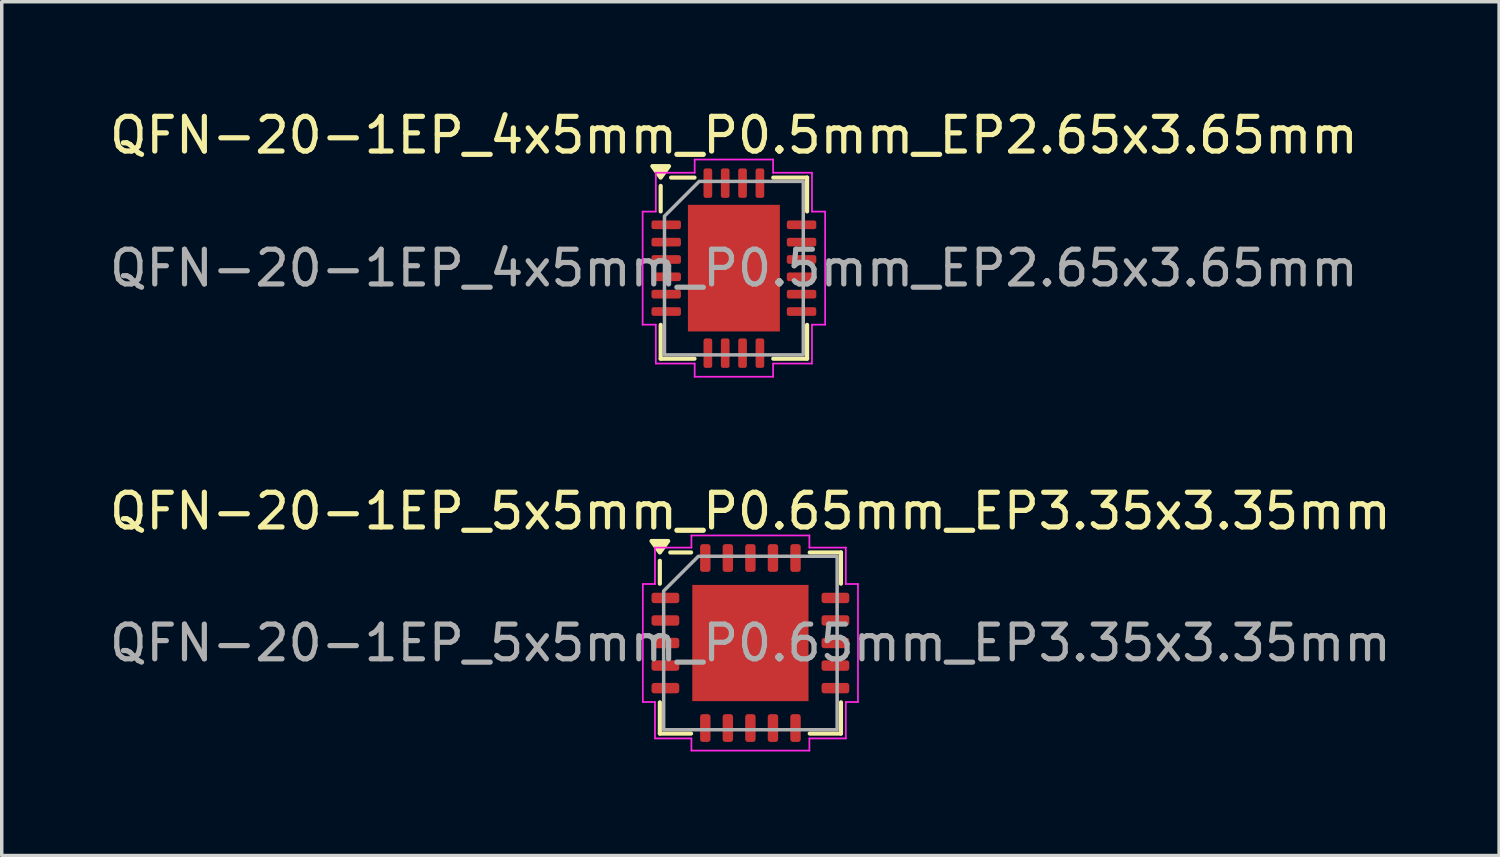
<source format=kicad_pcb>
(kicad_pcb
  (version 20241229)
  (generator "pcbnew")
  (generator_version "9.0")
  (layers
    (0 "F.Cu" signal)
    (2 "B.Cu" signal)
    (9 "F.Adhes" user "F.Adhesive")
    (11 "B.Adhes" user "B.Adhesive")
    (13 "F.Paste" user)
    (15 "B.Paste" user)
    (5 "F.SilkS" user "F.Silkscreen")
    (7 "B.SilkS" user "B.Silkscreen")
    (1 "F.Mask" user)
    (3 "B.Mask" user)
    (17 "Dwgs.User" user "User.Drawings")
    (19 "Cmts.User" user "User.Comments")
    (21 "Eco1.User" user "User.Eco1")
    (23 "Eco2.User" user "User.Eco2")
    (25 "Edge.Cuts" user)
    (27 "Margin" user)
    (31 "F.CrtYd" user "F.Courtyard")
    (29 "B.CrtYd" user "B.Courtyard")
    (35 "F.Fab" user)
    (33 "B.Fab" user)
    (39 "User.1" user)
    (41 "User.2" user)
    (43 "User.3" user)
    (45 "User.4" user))
  (footprint "QFN-20-1EP_4x5mm_P0.5mm_EP2.65x3.65mm"
    (layer "F.Cu")
    (at 18.101 4.678)
    (property "Reference" "QFN-20-1EP_4x5mm_P0.5mm_EP2.65x3.65mm" (at 0 -3.83 0) (layer "F.SilkS") (effects (font (size 1 1) (thickness 0.15))))
    (attr smd)
    (fp_line (start -2.11 -1.635) (end -2.11 -2.37) (stroke (width 0.12) (type solid)) (layer "F.SilkS"))
    (fp_line (start -2.11 2.61) (end -2.11 1.635) (stroke (width 0.12) (type solid)) (layer "F.SilkS"))
    (fp_line (start -1.135 -2.61) (end -1.81 -2.61) (stroke (width 0.12) (type solid)) (layer "F.SilkS"))
    (fp_line (start -1.135 2.61) (end -2.11 2.61) (stroke (width 0.12) (type solid)) (layer "F.SilkS"))
    (fp_line (start 1.135 -2.61) (end 2.11 -2.61) (stroke (width 0.12) (type solid)) (layer "F.SilkS"))
    (fp_line (start 1.135 2.61) (end 2.11 2.61) (stroke (width 0.12) (type solid)) (layer "F.SilkS"))
    (fp_line (start 2.11 -2.61) (end 2.11 -1.635) (stroke (width 0.12) (type solid)) (layer "F.SilkS"))
    (fp_line (start 2.11 2.61) (end 2.11 1.635) (stroke (width 0.12) (type solid)) (layer "F.SilkS"))
    (fp_poly (pts (xy -2.11 -2.61) (xy -2.35 -2.94) (xy -1.87 -2.94)) (stroke (width 0.12) (type solid)) (fill yes) (layer "F.SilkS"))
    (fp_line (start -2.63 -1.63) (end -2.25 -1.63) (stroke (width 0.05) (type solid)) (layer "F.CrtYd"))
    (fp_line (start -2.63 1.63) (end -2.63 -1.63) (stroke (width 0.05) (type solid)) (layer "F.CrtYd"))
    (fp_line (start -2.25 -2.75) (end -1.13 -2.75) (stroke (width 0.05) (type solid)) (layer "F.CrtYd"))
    (fp_line (start -2.25 -1.63) (end -2.25 -2.75) (stroke (width 0.05) (type solid)) (layer "F.CrtYd"))
    (fp_line (start -2.25 1.63) (end -2.63 1.63) (stroke (width 0.05) (type solid)) (layer "F.CrtYd"))
    (fp_line (start -2.25 2.75) (end -2.25 1.63) (stroke (width 0.05) (type solid)) (layer "F.CrtYd"))
    (fp_line (start -1.13 -3.13) (end 1.13 -3.13) (stroke (width 0.05) (type solid)) (layer "F.CrtYd"))
    (fp_line (start -1.13 -2.75) (end -1.13 -3.13) (stroke (width 0.05) (type solid)) (layer "F.CrtYd"))
    (fp_line (start -1.13 2.75) (end -2.25 2.75) (stroke (width 0.05) (type solid)) (layer "F.CrtYd"))
    (fp_line (start -1.13 3.13) (end -1.13 2.75) (stroke (width 0.05) (type solid)) (layer "F.CrtYd"))
    (fp_line (start 1.13 -3.13) (end 1.13 -2.75) (stroke (width 0.05) (type solid)) (layer "F.CrtYd"))
    (fp_line (start 1.13 -2.75) (end 2.25 -2.75) (stroke (width 0.05) (type solid)) (layer "F.CrtYd"))
    (fp_line (start 1.13 2.75) (end 1.13 3.13) (stroke (width 0.05) (type solid)) (layer "F.CrtYd"))
    (fp_line (start 1.13 3.13) (end -1.13 3.13) (stroke (width 0.05) (type solid)) (layer "F.CrtYd"))
    (fp_line (start 2.25 -2.75) (end 2.25 -1.63) (stroke (width 0.05) (type solid)) (layer "F.CrtYd"))
    (fp_line (start 2.25 -1.63) (end 2.63 -1.63) (stroke (width 0.05) (type solid)) (layer "F.CrtYd"))
    (fp_line (start 2.25 1.63) (end 2.25 2.75) (stroke (width 0.05) (type solid)) (layer "F.CrtYd"))
    (fp_line (start 2.25 2.75) (end 1.13 2.75) (stroke (width 0.05) (type solid)) (layer "F.CrtYd"))
    (fp_line (start 2.63 -1.63) (end 2.63 1.63) (stroke (width 0.05) (type solid)) (layer "F.CrtYd"))
    (fp_line (start 2.63 1.63) (end 2.25 1.63) (stroke (width 0.05) (type solid)) (layer "F.CrtYd"))
    (fp_poly (pts (xy -2 -1.5) (xy -2 2.5) (xy 2 2.5) (xy 2 -2.5) (xy -1 -2.5)) (stroke (width 0.1) (type solid)) (fill no) (layer "F.Fab"))
    (fp_text user "${REFERENCE}" (at 0 0 0) (layer "F.Fab") (effects (font (size 1 1) (thickness 0.15))))
    (pad "" smd roundrect (at -0.66 -1.22) (size 1.07 0.98) (layers "F.Paste") (roundrect_rratio 0.25))
    (pad "" smd roundrect (at -0.66 0) (size 1.07 0.98) (layers "F.Paste") (roundrect_rratio 0.25))
    (pad "" smd roundrect (at -0.66 1.22) (size 1.07 0.98) (layers "F.Paste") (roundrect_rratio 0.25))
    (pad "" smd roundrect (at 0.66 -1.22) (size 1.07 0.98) (layers "F.Paste") (roundrect_rratio 0.25))
    (pad "" smd roundrect (at 0.66 0) (size 1.07 0.98) (layers "F.Paste") (roundrect_rratio 0.25))
    (pad "" smd roundrect (at 0.66 1.22) (size 1.07 0.98) (layers "F.Paste") (roundrect_rratio 0.25))
    (pad "1" smd roundrect (at -1.95 -1.25) (size 0.85 0.25) (layers "F.Cu" "F.Mask" "F.Paste") (roundrect_rratio 0.25))
    (pad "2" smd roundrect (at -1.95 -0.75) (size 0.85 0.25) (layers "F.Cu" "F.Mask" "F.Paste") (roundrect_rratio 0.25))
    (pad "3" smd roundrect (at -1.95 -0.25) (size 0.85 0.25) (layers "F.Cu" "F.Mask" "F.Paste") (roundrect_rratio 0.25))
    (pad "4" smd roundrect (at -1.95 0.25) (size 0.85 0.25) (layers "F.Cu" "F.Mask" "F.Paste") (roundrect_rratio 0.25))
    (pad "5" smd roundrect (at -1.95 0.75) (size 0.85 0.25) (layers "F.Cu" "F.Mask" "F.Paste") (roundrect_rratio 0.25))
    (pad "6" smd roundrect (at -1.95 1.25) (size 0.85 0.25) (layers "F.Cu" "F.Mask" "F.Paste") (roundrect_rratio 0.25))
    (pad "7" smd roundrect (at -0.75 2.45) (size 0.25 0.85) (layers "F.Cu" "F.Mask" "F.Paste") (roundrect_rratio 0.25))
    (pad "8" smd roundrect (at -0.25 2.45) (size 0.25 0.85) (layers "F.Cu" "F.Mask" "F.Paste") (roundrect_rratio 0.25))
    (pad "9" smd roundrect (at 0.25 2.45) (size 0.25 0.85) (layers "F.Cu" "F.Mask" "F.Paste") (roundrect_rratio 0.25))
    (pad "10" smd roundrect (at 0.75 2.45) (size 0.25 0.85) (layers "F.Cu" "F.Mask" "F.Paste") (roundrect_rratio 0.25))
    (pad "11" smd roundrect (at 1.95 1.25) (size 0.85 0.25) (layers "F.Cu" "F.Mask" "F.Paste") (roundrect_rratio 0.25))
    (pad "12" smd roundrect (at 1.95 0.75) (size 0.85 0.25) (layers "F.Cu" "F.Mask" "F.Paste") (roundrect_rratio 0.25))
    (pad "13" smd roundrect (at 1.95 0.25) (size 0.85 0.25) (layers "F.Cu" "F.Mask" "F.Paste") (roundrect_rratio 0.25))
    (pad "14" smd roundrect (at 1.95 -0.25) (size 0.85 0.25) (layers "F.Cu" "F.Mask" "F.Paste") (roundrect_rratio 0.25))
    (pad "15" smd roundrect (at 1.95 -0.75) (size 0.85 0.25) (layers "F.Cu" "F.Mask" "F.Paste") (roundrect_rratio 0.25))
    (pad "16" smd roundrect (at 1.95 -1.25) (size 0.85 0.25) (layers "F.Cu" "F.Mask" "F.Paste") (roundrect_rratio 0.25))
    (pad "17" smd roundrect (at 0.75 -2.45) (size 0.25 0.85) (layers "F.Cu" "F.Mask" "F.Paste") (roundrect_rratio 0.25))
    (pad "18" smd roundrect (at 0.25 -2.45) (size 0.25 0.85) (layers "F.Cu" "F.Mask" "F.Paste") (roundrect_rratio 0.25))
    (pad "19" smd roundrect (at -0.25 -2.45) (size 0.25 0.85) (layers "F.Cu" "F.Mask" "F.Paste") (roundrect_rratio 0.25))
    (pad "20" smd roundrect (at -0.75 -2.45) (size 0.25 0.85) (layers "F.Cu" "F.Mask" "F.Paste") (roundrect_rratio 0.25))
    (pad "21" smd rect (at 0 0) (size 2.65 3.65) (property pad_prop_heatsink) (layers "F.Cu" "F.Mask")))
  (footprint "QFN-20-1EP_5x5mm_P0.65mm_EP3.35x3.35mm"
    (layer "F.Cu")
    (at 18.577 15.482)
    (property "Reference" "QFN-20-1EP_5x5mm_P0.65mm_EP3.35x3.35mm" (at 0 -3.8 0) (layer "F.SilkS") (effects (font (size 1 1) (thickness 0.15))))
    (attr smd)
    (fp_line (start -2.61 -1.71) (end -2.61 -2.37) (stroke (width 0.12) (type solid)) (layer "F.SilkS"))
    (fp_line (start -2.61 2.61) (end -2.61 1.71) (stroke (width 0.12) (type solid)) (layer "F.SilkS"))
    (fp_line (start -1.71 -2.61) (end -2.31 -2.61) (stroke (width 0.12) (type solid)) (layer "F.SilkS"))
    (fp_line (start -1.71 2.61) (end -2.61 2.61) (stroke (width 0.12) (type solid)) (layer "F.SilkS"))
    (fp_line (start 1.71 -2.61) (end 2.61 -2.61) (stroke (width 0.12) (type solid)) (layer "F.SilkS"))
    (fp_line (start 1.71 2.61) (end 2.61 2.61) (stroke (width 0.12) (type solid)) (layer "F.SilkS"))
    (fp_line (start 2.61 -2.61) (end 2.61 -1.71) (stroke (width 0.12) (type solid)) (layer "F.SilkS"))
    (fp_line (start 2.61 2.61) (end 2.61 1.71) (stroke (width 0.12) (type solid)) (layer "F.SilkS"))
    (fp_poly (pts (xy -2.61 -2.61) (xy -2.85 -2.94) (xy -2.37 -2.94)) (stroke (width 0.12) (type solid)) (fill yes) (layer "F.SilkS"))
    (fp_line (start -3.1 -1.7) (end -2.75 -1.7) (stroke (width 0.05) (type solid)) (layer "F.CrtYd"))
    (fp_line (start -3.1 1.7) (end -3.1 -1.7) (stroke (width 0.05) (type solid)) (layer "F.CrtYd"))
    (fp_line (start -2.75 -2.75) (end -1.7 -2.75) (stroke (width 0.05) (type solid)) (layer "F.CrtYd"))
    (fp_line (start -2.75 -1.7) (end -2.75 -2.75) (stroke (width 0.05) (type solid)) (layer "F.CrtYd"))
    (fp_line (start -2.75 1.7) (end -3.1 1.7) (stroke (width 0.05) (type solid)) (layer "F.CrtYd"))
    (fp_line (start -2.75 2.75) (end -2.75 1.7) (stroke (width 0.05) (type solid)) (layer "F.CrtYd"))
    (fp_line (start -1.7 -3.1) (end 1.7 -3.1) (stroke (width 0.05) (type solid)) (layer "F.CrtYd"))
    (fp_line (start -1.7 -2.75) (end -1.7 -3.1) (stroke (width 0.05) (type solid)) (layer "F.CrtYd"))
    (fp_line (start -1.7 2.75) (end -2.75 2.75) (stroke (width 0.05) (type solid)) (layer "F.CrtYd"))
    (fp_line (start -1.7 3.1) (end -1.7 2.75) (stroke (width 0.05) (type solid)) (layer "F.CrtYd"))
    (fp_line (start 1.7 -3.1) (end 1.7 -2.75) (stroke (width 0.05) (type solid)) (layer "F.CrtYd"))
    (fp_line (start 1.7 -2.75) (end 2.75 -2.75) (stroke (width 0.05) (type solid)) (layer "F.CrtYd"))
    (fp_line (start 1.7 2.75) (end 1.7 3.1) (stroke (width 0.05) (type solid)) (layer "F.CrtYd"))
    (fp_line (start 1.7 3.1) (end -1.7 3.1) (stroke (width 0.05) (type solid)) (layer "F.CrtYd"))
    (fp_line (start 2.75 -2.75) (end 2.75 -1.7) (stroke (width 0.05) (type solid)) (layer "F.CrtYd"))
    (fp_line (start 2.75 -1.7) (end 3.1 -1.7) (stroke (width 0.05) (type solid)) (layer "F.CrtYd"))
    (fp_line (start 2.75 1.7) (end 2.75 2.75) (stroke (width 0.05) (type solid)) (layer "F.CrtYd"))
    (fp_line (start 2.75 2.75) (end 1.7 2.75) (stroke (width 0.05) (type solid)) (layer "F.CrtYd"))
    (fp_line (start 3.1 -1.7) (end 3.1 1.7) (stroke (width 0.05) (type solid)) (layer "F.CrtYd"))
    (fp_line (start 3.1 1.7) (end 2.75 1.7) (stroke (width 0.05) (type solid)) (layer "F.CrtYd"))
    (fp_poly (pts (xy -2.5 -1.5) (xy -2.5 2.5) (xy 2.5 2.5) (xy 2.5 -2.5) (xy -1.5 -2.5)) (stroke (width 0.1) (type solid)) (fill no) (layer "F.Fab"))
    (fp_text user "${REFERENCE}" (at 0 0 0) (layer "F.Fab") (effects (font (size 1 1) (thickness 0.15))))
    (pad "" smd roundrect (at -0.84 -0.84) (size 1.35 1.35) (layers "F.Paste") (roundrect_rratio 0.185))
    (pad "" smd roundrect (at -0.84 0.84) (size 1.35 1.35) (layers "F.Paste") (roundrect_rratio 0.185))
    (pad "" smd roundrect (at 0.84 -0.84) (size 1.35 1.35) (layers "F.Paste") (roundrect_rratio 0.185))
    (pad "" smd roundrect (at 0.84 0.84) (size 1.35 1.35) (layers "F.Paste") (roundrect_rratio 0.185))
    (pad "1" smd roundrect (at -2.45 -1.3) (size 0.8 0.3) (layers "F.Cu" "F.Mask" "F.Paste") (roundrect_rratio 0.25))
    (pad "2" smd roundrect (at -2.45 -0.65) (size 0.8 0.3) (layers "F.Cu" "F.Mask" "F.Paste") (roundrect_rratio 0.25))
    (pad "3" smd roundrect (at -2.45 0) (size 0.8 0.3) (layers "F.Cu" "F.Mask" "F.Paste") (roundrect_rratio 0.25))
    (pad "4" smd roundrect (at -2.45 0.65) (size 0.8 0.3) (layers "F.Cu" "F.Mask" "F.Paste") (roundrect_rratio 0.25))
    (pad "5" smd roundrect (at -2.45 1.3) (size 0.8 0.3) (layers "F.Cu" "F.Mask" "F.Paste") (roundrect_rratio 0.25))
    (pad "6" smd roundrect (at -1.3 2.45) (size 0.3 0.8) (layers "F.Cu" "F.Mask" "F.Paste") (roundrect_rratio 0.25))
    (pad "7" smd roundrect (at -0.65 2.45) (size 0.3 0.8) (layers "F.Cu" "F.Mask" "F.Paste") (roundrect_rratio 0.25))
    (pad "8" smd roundrect (at 0 2.45) (size 0.3 0.8) (layers "F.Cu" "F.Mask" "F.Paste") (roundrect_rratio 0.25))
    (pad "9" smd roundrect (at 0.65 2.45) (size 0.3 0.8) (layers "F.Cu" "F.Mask" "F.Paste") (roundrect_rratio 0.25))
    (pad "10" smd roundrect (at 1.3 2.45) (size 0.3 0.8) (layers "F.Cu" "F.Mask" "F.Paste") (roundrect_rratio 0.25))
    (pad "11" smd roundrect (at 2.45 1.3) (size 0.8 0.3) (layers "F.Cu" "F.Mask" "F.Paste") (roundrect_rratio 0.25))
    (pad "12" smd roundrect (at 2.45 0.65) (size 0.8 0.3) (layers "F.Cu" "F.Mask" "F.Paste") (roundrect_rratio 0.25))
    (pad "13" smd roundrect (at 2.45 0) (size 0.8 0.3) (layers "F.Cu" "F.Mask" "F.Paste") (roundrect_rratio 0.25))
    (pad "14" smd roundrect (at 2.45 -0.65) (size 0.8 0.3) (layers "F.Cu" "F.Mask" "F.Paste") (roundrect_rratio 0.25))
    (pad "15" smd roundrect (at 2.45 -1.3) (size 0.8 0.3) (layers "F.Cu" "F.Mask" "F.Paste") (roundrect_rratio 0.25))
    (pad "16" smd roundrect (at 1.3 -2.45) (size 0.3 0.8) (layers "F.Cu" "F.Mask" "F.Paste") (roundrect_rratio 0.25))
    (pad "17" smd roundrect (at 0.65 -2.45) (size 0.3 0.8) (layers "F.Cu" "F.Mask" "F.Paste") (roundrect_rratio 0.25))
    (pad "18" smd roundrect (at 0 -2.45) (size 0.3 0.8) (layers "F.Cu" "F.Mask" "F.Paste") (roundrect_rratio 0.25))
    (pad "19" smd roundrect (at -0.65 -2.45) (size 0.3 0.8) (layers "F.Cu" "F.Mask" "F.Paste") (roundrect_rratio 0.25))
    (pad "20" smd roundrect (at -1.3 -2.45) (size 0.3 0.8) (layers "F.Cu" "F.Mask" "F.Paste") (roundrect_rratio 0.25))
    (pad "21" smd rect (at 0 0) (size 3.35 3.35) (property pad_prop_heatsink) (layers "F.Cu" "F.Mask")))
  (gr_rect
    (start -3 -3)
    (end 40.155 21.607)
    (stroke (width 0.1) (type default))
    (fill no)
    (layer "Edge.Cuts")))
</source>
